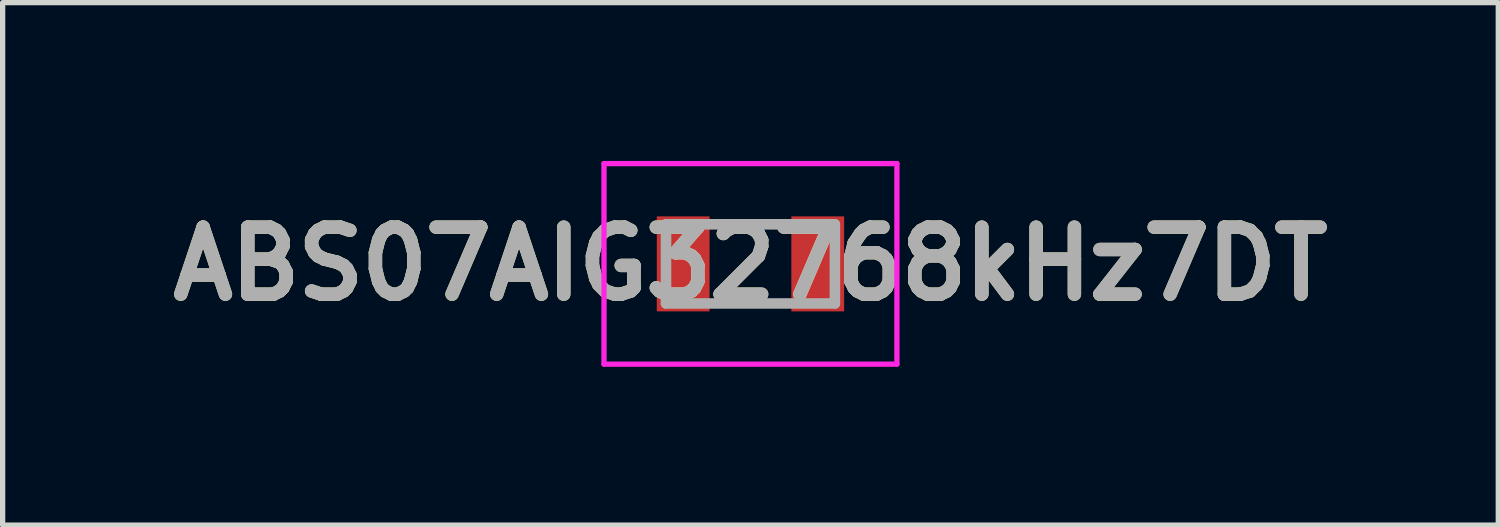
<source format=kicad_pcb>
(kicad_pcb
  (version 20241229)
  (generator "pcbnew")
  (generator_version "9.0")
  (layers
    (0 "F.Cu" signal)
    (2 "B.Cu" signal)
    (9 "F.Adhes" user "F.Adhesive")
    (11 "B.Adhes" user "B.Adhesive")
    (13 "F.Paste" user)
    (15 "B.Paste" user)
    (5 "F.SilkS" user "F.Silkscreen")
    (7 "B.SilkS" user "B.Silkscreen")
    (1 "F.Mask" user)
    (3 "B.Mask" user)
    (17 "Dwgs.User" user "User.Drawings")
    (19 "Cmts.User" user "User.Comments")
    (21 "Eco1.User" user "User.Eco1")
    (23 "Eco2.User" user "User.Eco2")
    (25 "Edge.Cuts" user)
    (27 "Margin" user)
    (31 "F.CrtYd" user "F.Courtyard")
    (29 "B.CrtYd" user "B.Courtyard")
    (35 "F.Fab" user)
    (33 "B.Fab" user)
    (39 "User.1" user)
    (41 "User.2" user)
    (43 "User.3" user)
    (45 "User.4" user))
  (footprint "ABS07AIG32768kHz7DT"
    (layer "F.Cu")
    (at 11.17 1.95)
    (property "Reference" "ABS07AIG32768kHz7DT" (at 0 0 0) (layer "F.SilkS") (effects (font (size 1.27 1.27) (thickness 0.254))))
    (attr smd)
    (fp_line (start -0.6 -0.75) (end 0.6 -0.75) (stroke (width 0.1) (type solid)) (layer "F.SilkS"))
    (fp_line (start -0.6 0.75) (end 0.6 0.75) (stroke (width 0.1) (type solid)) (layer "F.SilkS"))
    (fp_line (start -2.775 -1.9) (end 2.775 -1.9) (stroke (width 0.1) (type solid)) (layer "F.CrtYd"))
    (fp_line (start -2.775 1.9) (end -2.775 -1.9) (stroke (width 0.1) (type solid)) (layer "F.CrtYd"))
    (fp_line (start 2.775 -1.9) (end 2.775 1.9) (stroke (width 0.1) (type solid)) (layer "F.CrtYd"))
    (fp_line (start 2.775 1.9) (end -2.775 1.9) (stroke (width 0.1) (type solid)) (layer "F.CrtYd"))
    (fp_line (start -1.6 -0.75) (end 1.6 -0.75) (stroke (width 0.2) (type solid)) (layer "F.Fab"))
    (fp_line (start -1.6 0.75) (end -1.6 -0.75) (stroke (width 0.2) (type solid)) (layer "F.Fab"))
    (fp_line (start 1.6 -0.75) (end 1.6 0.75) (stroke (width 0.2) (type solid)) (layer "F.Fab"))
    (fp_line (start 1.6 0.75) (end -1.6 0.75) (stroke (width 0.2) (type solid)) (layer "F.Fab"))
    (fp_text user "${REFERENCE}" (at 0 0 0) (layer "F.Fab") (effects (font (size 1.27 1.27) (thickness 0.254))))
    (pad "1" smd rect (at -1.275 0) (size 1 1.8) (layers "F.Cu" "F.Mask" "F.Paste"))
    (pad "2" smd rect (at 1.275 0) (size 1 1.8) (layers "F.Cu" "F.Mask" "F.Paste")))
  (gr_rect
    (start -3 -3)
    (end 25.34 6.9)
    (stroke (width 0.1) (type default))
    (fill no)
    (layer "Edge.Cuts")))
</source>
